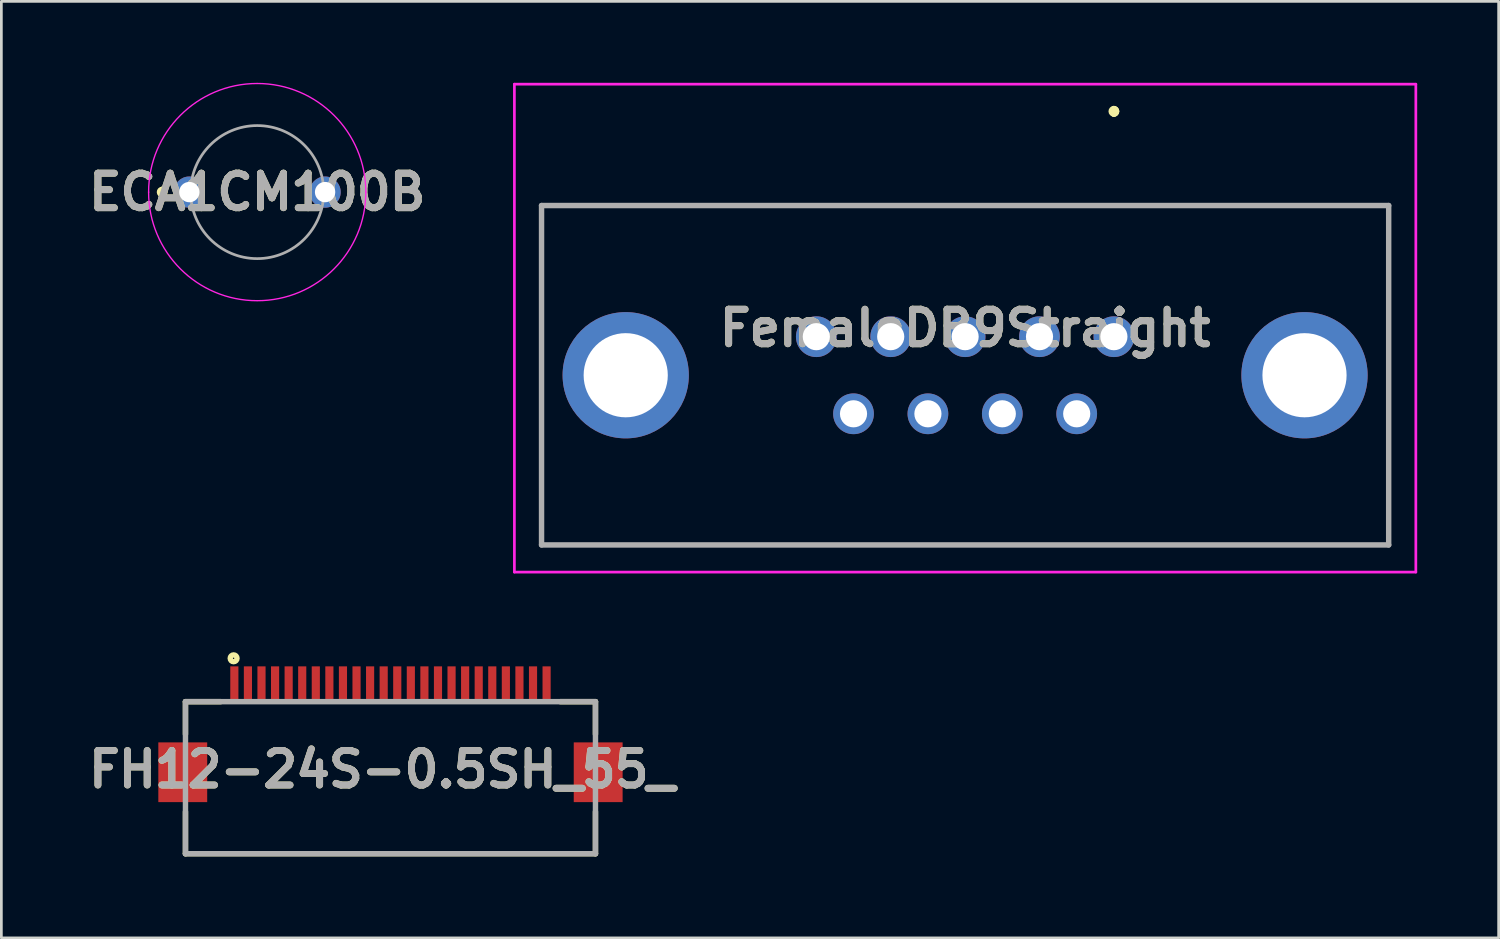
<source format=kicad_pcb>
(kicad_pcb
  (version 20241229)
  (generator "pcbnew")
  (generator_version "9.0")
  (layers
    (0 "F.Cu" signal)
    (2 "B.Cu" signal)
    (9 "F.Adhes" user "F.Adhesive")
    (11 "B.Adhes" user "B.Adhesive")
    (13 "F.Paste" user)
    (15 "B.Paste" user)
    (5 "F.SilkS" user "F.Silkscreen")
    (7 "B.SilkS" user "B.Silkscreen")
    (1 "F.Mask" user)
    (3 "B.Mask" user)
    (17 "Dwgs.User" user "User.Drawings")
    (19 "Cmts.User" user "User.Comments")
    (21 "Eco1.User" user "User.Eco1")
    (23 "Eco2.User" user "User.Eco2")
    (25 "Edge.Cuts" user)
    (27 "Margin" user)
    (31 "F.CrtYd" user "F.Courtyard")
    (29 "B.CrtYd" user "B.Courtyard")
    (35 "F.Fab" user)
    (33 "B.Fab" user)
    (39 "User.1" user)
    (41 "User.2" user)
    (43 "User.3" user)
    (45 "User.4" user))
  (footprint "FH12-24S-0.5SH_55_"
    (layer "F.Cu")
    (at 11.331 22.792)
    (property "Reference" "FH12-24S-0.5SH_55_" (at -0.312 2.495 0) (layer "F.SilkS") (effects (font (size 1.27 1.27) (thickness 0.254))))
    (attr smd)
    (fp_line (start -7.55 0) (end -7.55 1.2) (stroke (width 0.2) (type solid)) (layer "F.SilkS"))
    (fp_line (start -7.55 0) (end -6.252 0) (stroke (width 0.2) (type solid)) (layer "F.SilkS"))
    (fp_line (start -7.55 5.6) (end -7.55 4.051) (stroke (width 0.2) (type solid)) (layer "F.SilkS"))
    (fp_line (start -7.55 5.6) (end 7.55 5.6) (stroke (width 0.2) (type solid)) (layer "F.SilkS"))
    (fp_line (start 6.252 0) (end 7.55 0) (stroke (width 0.2) (type solid)) (layer "F.SilkS"))
    (fp_line (start 7.55 0) (end 7.55 1.2) (stroke (width 0.2) (type solid)) (layer "F.SilkS"))
    (fp_line (start 7.55 5.6) (end 7.55 4.051) (stroke (width 0.2) (type solid)) (layer "F.SilkS"))
    (fp_circle (center -5.777 -1.597) (end -5.777 -1.572) (stroke (width 0.2) (type solid)) (fill no) (layer "F.SilkS"))
    (fp_line (start -7.55 0) (end 7.55 0) (stroke (width 0.2) (type solid)) (layer "F.Fab"))
    (fp_line (start -7.55 5.6) (end -7.55 0) (stroke (width 0.2) (type solid)) (layer "F.Fab"))
    (fp_line (start 7.55 0) (end 7.55 5.6) (stroke (width 0.2) (type solid)) (layer "F.Fab"))
    (fp_line (start 7.55 5.6) (end -7.55 5.6) (stroke (width 0.2) (type solid)) (layer "F.Fab"))
    (fp_text user "${REFERENCE}" (at -0.312 2.495 0) (layer "F.Fab") (effects (font (size 1.27 1.27) (thickness 0.254))))
    (pad "1" smd rect (at -5.75 -0.65) (size 0.3 1.3) (layers "F.Cu" "F.Mask" "F.Paste"))
    (pad "2" smd rect (at -5.25 -0.65) (size 0.3 1.3) (layers "F.Cu" "F.Mask" "F.Paste"))
    (pad "3" smd rect (at -4.75 -0.65) (size 0.3 1.3) (layers "F.Cu" "F.Mask" "F.Paste"))
    (pad "4" smd rect (at -4.25 -0.65) (size 0.3 1.3) (layers "F.Cu" "F.Mask" "F.Paste"))
    (pad "5" smd rect (at -3.75 -0.65) (size 0.3 1.3) (layers "F.Cu" "F.Mask" "F.Paste"))
    (pad "6" smd rect (at -3.25 -0.65) (size 0.3 1.3) (layers "F.Cu" "F.Mask" "F.Paste"))
    (pad "7" smd rect (at -2.75 -0.65) (size 0.3 1.3) (layers "F.Cu" "F.Mask" "F.Paste"))
    (pad "8" smd rect (at -2.25 -0.65) (size 0.3 1.3) (layers "F.Cu" "F.Mask" "F.Paste"))
    (pad "9" smd rect (at -1.75 -0.65) (size 0.3 1.3) (layers "F.Cu" "F.Mask" "F.Paste"))
    (pad "10" smd rect (at -1.25 -0.65) (size 0.3 1.3) (layers "F.Cu" "F.Mask" "F.Paste"))
    (pad "11" smd rect (at -0.75 -0.65) (size 0.3 1.3) (layers "F.Cu" "F.Mask" "F.Paste"))
    (pad "12" smd rect (at -0.25 -0.65) (size 0.3 1.3) (layers "F.Cu" "F.Mask" "F.Paste"))
    (pad "13" smd rect (at 0.25 -0.65) (size 0.3 1.3) (layers "F.Cu" "F.Mask" "F.Paste"))
    (pad "14" smd rect (at 0.75 -0.65) (size 0.3 1.3) (layers "F.Cu" "F.Mask" "F.Paste"))
    (pad "15" smd rect (at 1.25 -0.65) (size 0.3 1.3) (layers "F.Cu" "F.Mask" "F.Paste"))
    (pad "16" smd rect (at 1.75 -0.65) (size 0.3 1.3) (layers "F.Cu" "F.Mask" "F.Paste"))
    (pad "17" smd rect (at 2.25 -0.65) (size 0.3 1.3) (layers "F.Cu" "F.Mask" "F.Paste"))
    (pad "18" smd rect (at 2.75 -0.65) (size 0.3 1.3) (layers "F.Cu" "F.Mask" "F.Paste"))
    (pad "19" smd rect (at 3.25 -0.65) (size 0.3 1.3) (layers "F.Cu" "F.Mask" "F.Paste"))
    (pad "20" smd rect (at 3.75 -0.65) (size 0.3 1.3) (layers "F.Cu" "F.Mask" "F.Paste"))
    (pad "21" smd rect (at 4.25 -0.65) (size 0.3 1.3) (layers "F.Cu" "F.Mask" "F.Paste"))
    (pad "22" smd rect (at 4.75 -0.65) (size 0.3 1.3) (layers "F.Cu" "F.Mask" "F.Paste"))
    (pad "23" smd rect (at 5.25 -0.65) (size 0.3 1.3) (layers "F.Cu" "F.Mask" "F.Paste"))
    (pad "24" smd rect (at 5.75 -0.65) (size 0.3 1.3) (layers "F.Cu" "F.Mask" "F.Paste"))
    (pad "25" smd rect (at -7.65 2.6) (size 1.8 2.2) (layers "F.Cu" "F.Mask" "F.Paste"))
    (pad "26" smd rect (at 7.65 2.6) (size 1.8 2.2) (layers "F.Cu" "F.Mask" "F.Paste")))
  (footprint "FemaleDB9Straight"
    (layer "F.Cu")
    (at 37.975 9.35)
    (property "Reference" "FemaleDB9Straight" (at -5.48 -0.315 0) (layer "F.SilkS") (effects (font (size 1.27 1.27) (thickness 0.254))))
    (attr through_hole)
    (fp_line (start -21.08 -4.83) (end 10.12 -4.83) (stroke (width 0.1) (type solid)) (layer "F.SilkS"))
    (fp_line (start -21.08 7.67) (end -21.08 -4.83) (stroke (width 0.1) (type solid)) (layer "F.SilkS"))
    (fp_line (start 0 -8.4) (end 0 -8.4) (stroke (width 0.2) (type solid)) (layer "F.SilkS"))
    (fp_line (start 0 -8.2) (end 0 -8.2) (stroke (width 0.2) (type solid)) (layer "F.SilkS"))
    (fp_line (start 0 -8.2) (end 0 -8.2) (stroke (width 0.2) (type solid)) (layer "F.SilkS"))
    (fp_line (start 10.12 -4.83) (end 10.12 7.67) (stroke (width 0.1) (type solid)) (layer "F.SilkS"))
    (fp_line (start 10.12 7.67) (end -21.08 7.67) (stroke (width 0.1) (type solid)) (layer "F.SilkS"))
    (fp_arc (start 0 -8.4) (mid 0.1 -8.3) (end 0 -8.2) (stroke (width 0.2) (type solid)) (layer "F.SilkS"))
    (fp_arc (start 0 -8.4) (mid 0.1 -8.3) (end 0 -8.2) (stroke (width 0.2) (type solid)) (layer "F.SilkS"))
    (fp_arc (start 0 -8.2) (mid -0.1 -8.3) (end 0 -8.4) (stroke (width 0.2) (type solid)) (layer "F.SilkS"))
    (fp_line (start -22.08 -9.3) (end 11.12 -9.3) (stroke (width 0.1) (type solid)) (layer "F.CrtYd"))
    (fp_line (start -22.08 8.67) (end -22.08 -9.3) (stroke (width 0.1) (type solid)) (layer "F.CrtYd"))
    (fp_line (start 11.12 -9.3) (end 11.12 8.67) (stroke (width 0.1) (type solid)) (layer "F.CrtYd"))
    (fp_line (start 11.12 8.67) (end -22.08 8.67) (stroke (width 0.1) (type solid)) (layer "F.CrtYd"))
    (fp_line (start -21.08 -4.83) (end -21.08 7.67) (stroke (width 0.2) (type solid)) (layer "F.Fab"))
    (fp_line (start -21.08 7.67) (end 10.12 7.67) (stroke (width 0.2) (type solid)) (layer "F.Fab"))
    (fp_line (start 10.12 -4.83) (end -21.08 -4.83) (stroke (width 0.2) (type solid)) (layer "F.Fab"))
    (fp_line (start 10.12 7.67) (end 10.12 -4.83) (stroke (width 0.2) (type solid)) (layer "F.Fab"))
    (fp_text user "${REFERENCE}" (at -5.48 -0.315 0) (layer "F.Fab") (effects (font (size 1.27 1.27) (thickness 0.254))))
    (pad "1" thru_hole circle (at 0 0) (size 1.5 1.5) (drill 1) (layers "*.Cu" "*.Mask"))
    (pad "2" thru_hole circle (at -2.74 0) (size 1.5 1.5) (drill 1) (layers "*.Cu" "*.Mask"))
    (pad "3" thru_hole circle (at -5.48 0) (size 1.5 1.5) (drill 1) (layers "*.Cu" "*.Mask"))
    (pad "4" thru_hole circle (at -8.22 0) (size 1.5 1.5) (drill 1) (layers "*.Cu" "*.Mask"))
    (pad "5" thru_hole circle (at -10.96 0) (size 1.5 1.5) (drill 1) (layers "*.Cu" "*.Mask"))
    (pad "6" thru_hole circle (at -1.37 2.84) (size 1.5 1.5) (drill 1) (layers "*.Cu" "*.Mask"))
    (pad "7" thru_hole circle (at -4.11 2.84) (size 1.5 1.5) (drill 1) (layers "*.Cu" "*.Mask"))
    (pad "8" thru_hole circle (at -6.85 2.84) (size 1.5 1.5) (drill 1) (layers "*.Cu" "*.Mask"))
    (pad "9" thru_hole circle (at -9.59 2.84) (size 1.5 1.5) (drill 1) (layers "*.Cu" "*.Mask"))
    (pad "MH1" thru_hole circle (at 7.02 1.42) (size 4.65 4.65) (drill 3.1) (layers "*.Cu" "*.Mask"))
    (pad "MH2" thru_hole circle (at -17.98 1.42) (size 4.65 4.65) (drill 3.1) (layers "*.Cu" "*.Mask")))
  (footprint "ECA1CM100B"
    (layer "F.Cu")
    (at 3.923 4.025)
    (property "Reference" "ECA1CM100B" (at 2.5 0 0) (layer "F.SilkS") (effects (font (size 1.27 1.27) (thickness 0.254))))
    (attr through_hole)
    (fp_line (start -1 -0.1) (end -1 -0.1) (stroke (width 0.2) (type solid)) (layer "F.SilkS"))
    (fp_line (start -1 0.1) (end -1 0.1) (stroke (width 0.2) (type solid)) (layer "F.SilkS"))
    (fp_arc (start -1 -0.1) (mid -0.9 0) (end -1 0.1) (stroke (width 0.2) (type solid)) (layer "F.SilkS"))
    (fp_arc (start -1 0.1) (mid -1.1 0) (end -1 -0.1) (stroke (width 0.2) (type solid)) (layer "F.SilkS"))
    (fp_line (start -1.5 0) (end -1.5 0) (stroke (width 0.05) (type solid)) (layer "F.CrtYd"))
    (fp_line (start 6.5 0) (end 6.5 0) (stroke (width 0.05) (type solid)) (layer "F.CrtYd"))
    (fp_arc (start -1.5 0) (mid 2.5 -4) (end 6.5 0) (stroke (width 0.05) (type solid)) (layer "F.CrtYd"))
    (fp_arc (start 6.5 0) (mid 2.5 4) (end -1.5 0) (stroke (width 0.05) (type solid)) (layer "F.CrtYd"))
    (fp_line (start 0.05 0) (end 0.05 0) (stroke (width 0.1) (type solid)) (layer "F.Fab"))
    (fp_line (start 4.95 0) (end 4.95 0) (stroke (width 0.1) (type solid)) (layer "F.Fab"))
    (fp_arc (start 0.05 0) (mid 2.5 -2.45) (end 4.95 0) (stroke (width 0.1) (type solid)) (layer "F.Fab"))
    (fp_arc (start 4.95 0) (mid 2.5 2.45) (end 0.05 0) (stroke (width 0.1) (type solid)) (layer "F.Fab"))
    (fp_text user "${REFERENCE}" (at 2.5 0 0) (layer "F.Fab") (effects (font (size 1.27 1.27) (thickness 0.254))))
    (pad "1" thru_hole circle (at 0 0) (size 1.15 1.15) (drill 0.75) (layers "*.Cu" "*.Mask"))
    (pad "2" thru_hole circle (at 5 0) (size 1.15 1.15) (drill 0.75) (layers "*.Cu" "*.Mask")))
  (gr_rect
    (start -3 -3)
    (end 52.145 31.492)
    (stroke (width 0.1) (type default))
    (fill no)
    (layer "Edge.Cuts")))
</source>
